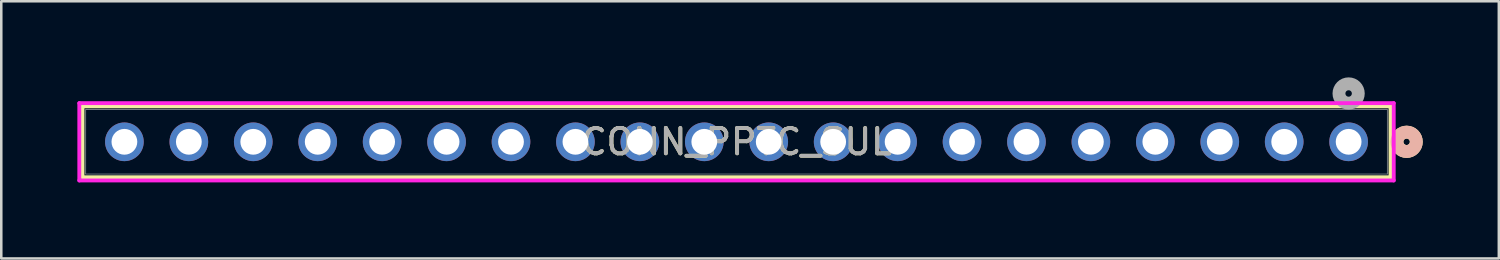
<source format=kicad_pcb>
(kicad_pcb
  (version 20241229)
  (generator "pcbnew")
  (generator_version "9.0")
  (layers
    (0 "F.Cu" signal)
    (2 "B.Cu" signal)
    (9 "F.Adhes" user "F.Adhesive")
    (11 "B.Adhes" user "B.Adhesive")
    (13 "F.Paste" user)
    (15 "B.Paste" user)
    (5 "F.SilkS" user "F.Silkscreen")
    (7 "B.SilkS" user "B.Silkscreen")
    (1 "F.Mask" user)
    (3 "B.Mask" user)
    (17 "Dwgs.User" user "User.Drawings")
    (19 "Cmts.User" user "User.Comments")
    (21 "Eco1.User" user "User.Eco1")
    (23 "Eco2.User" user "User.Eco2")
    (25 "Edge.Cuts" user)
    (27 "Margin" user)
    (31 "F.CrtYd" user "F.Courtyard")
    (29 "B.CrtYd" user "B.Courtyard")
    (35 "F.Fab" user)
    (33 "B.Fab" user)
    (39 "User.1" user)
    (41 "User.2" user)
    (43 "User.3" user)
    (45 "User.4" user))
  (footprint "CONN_PPTC_SUL"
    (layer "F.Cu")
    (at 50.114 2.54)
    (property "Reference" "CONN_PPTC_SUL" (at -24.13 0 0) (unlocked yes) (layer "F.SilkS") (effects (font (size 1 1) (thickness 0.15))))
    (attr through_hole)
    (fp_line (start -49.911 -1.397) (end -49.911 1.397) (stroke (width 0.152) (type solid)) (layer "F.SilkS"))
    (fp_line (start -49.911 1.397) (end 1.651 1.397) (stroke (width 0.152) (type solid)) (layer "F.SilkS"))
    (fp_line (start 1.651 -1.397) (end -49.911 -1.397) (stroke (width 0.152) (type solid)) (layer "F.SilkS"))
    (fp_line (start 1.651 1.397) (end 1.651 -1.397) (stroke (width 0.152) (type solid)) (layer "F.SilkS"))
    (fp_circle (center 2.286 0) (end 2.667 0) (stroke (width 0.508) (type solid)) (fill no) (layer "F.SilkS"))
    (fp_circle (center 2.286 0) (end 2.667 0) (stroke (width 0.508) (type solid)) (fill no) (layer "B.SilkS"))
    (fp_line (start -50.038 -1.524) (end -50.038 1.524) (stroke (width 0.152) (type solid)) (layer "F.CrtYd"))
    (fp_line (start -50.038 1.524) (end 1.778 1.524) (stroke (width 0.152) (type solid)) (layer "F.CrtYd"))
    (fp_line (start 1.778 -1.524) (end -50.038 -1.524) (stroke (width 0.152) (type solid)) (layer "F.CrtYd"))
    (fp_line (start 1.778 1.524) (end 1.778 -1.524) (stroke (width 0.152) (type solid)) (layer "F.CrtYd"))
    (fp_line (start -49.784 -1.27) (end -49.784 1.27) (stroke (width 0.025) (type solid)) (layer "F.Fab"))
    (fp_line (start -49.784 1.27) (end 1.524 1.27) (stroke (width 0.025) (type solid)) (layer "F.Fab"))
    (fp_line (start 1.524 -1.27) (end -49.784 -1.27) (stroke (width 0.025) (type solid)) (layer "F.Fab"))
    (fp_line (start 1.524 1.27) (end 1.524 -1.27) (stroke (width 0.025) (type solid)) (layer "F.Fab"))
    (fp_circle (center 0 -1.905) (end 0.381 -1.905) (stroke (width 0.508) (type solid)) (fill no) (layer "F.Fab"))
    (fp_text user "${REFERENCE}" (at -24.13 0 0) (unlocked yes) (layer "F.Fab") (effects (font (size 1 1) (thickness 0.15))))
    (pad "1" thru_hole circle (at 0 0) (size 1.524 1.524) (drill 1.016) (layers "*.Cu" "*.Mask"))
    (pad "2" thru_hole circle (at -2.54 0) (size 1.524 1.524) (drill 1.016) (layers "*.Cu" "*.Mask"))
    (pad "3" thru_hole circle (at -5.08 0) (size 1.524 1.524) (drill 1.016) (layers "*.Cu" "*.Mask"))
    (pad "4" thru_hole circle (at -7.62 0) (size 1.524 1.524) (drill 1.016) (layers "*.Cu" "*.Mask"))
    (pad "5" thru_hole circle (at -10.16 0) (size 1.524 1.524) (drill 1.016) (layers "*.Cu" "*.Mask"))
    (pad "6" thru_hole circle (at -12.7 0) (size 1.524 1.524) (drill 1.016) (layers "*.Cu" "*.Mask"))
    (pad "7" thru_hole circle (at -15.24 0) (size 1.524 1.524) (drill 1.016) (layers "*.Cu" "*.Mask"))
    (pad "8" thru_hole circle (at -17.78 0) (size 1.524 1.524) (drill 1.016) (layers "*.Cu" "*.Mask"))
    (pad "9" thru_hole circle (at -20.32 0) (size 1.524 1.524) (drill 1.016) (layers "*.Cu" "*.Mask"))
    (pad "10" thru_hole circle (at -22.86 0) (size 1.524 1.524) (drill 1.016) (layers "*.Cu" "*.Mask"))
    (pad "11" thru_hole circle (at -25.4 0) (size 1.524 1.524) (drill 1.016) (layers "*.Cu" "*.Mask"))
    (pad "12" thru_hole circle (at -27.94 0) (size 1.524 1.524) (drill 1.016) (layers "*.Cu" "*.Mask"))
    (pad "13" thru_hole circle (at -30.48 0) (size 1.524 1.524) (drill 1.016) (layers "*.Cu" "*.Mask"))
    (pad "14" thru_hole circle (at -33.02 0) (size 1.524 1.524) (drill 1.016) (layers "*.Cu" "*.Mask"))
    (pad "15" thru_hole circle (at -35.56 0) (size 1.524 1.524) (drill 1.016) (layers "*.Cu" "*.Mask"))
    (pad "16" thru_hole circle (at -38.1 0) (size 1.524 1.524) (drill 1.016) (layers "*.Cu" "*.Mask"))
    (pad "17" thru_hole circle (at -40.64 0) (size 1.524 1.524) (drill 1.016) (layers "*.Cu" "*.Mask"))
    (pad "18" thru_hole circle (at -43.18 0) (size 1.524 1.524) (drill 1.016) (layers "*.Cu" "*.Mask"))
    (pad "19" thru_hole circle (at -45.72 0) (size 1.524 1.524) (drill 1.016) (layers "*.Cu" "*.Mask"))
    (pad "20" thru_hole circle (at -48.26 0) (size 1.524 1.524) (drill 1.016) (layers "*.Cu" "*.Mask")))
  (gr_rect
    (start -3 -3)
    (end 56.035 7.14)
    (stroke (width 0.1) (type default))
    (fill no)
    (layer "Edge.Cuts")))
</source>
